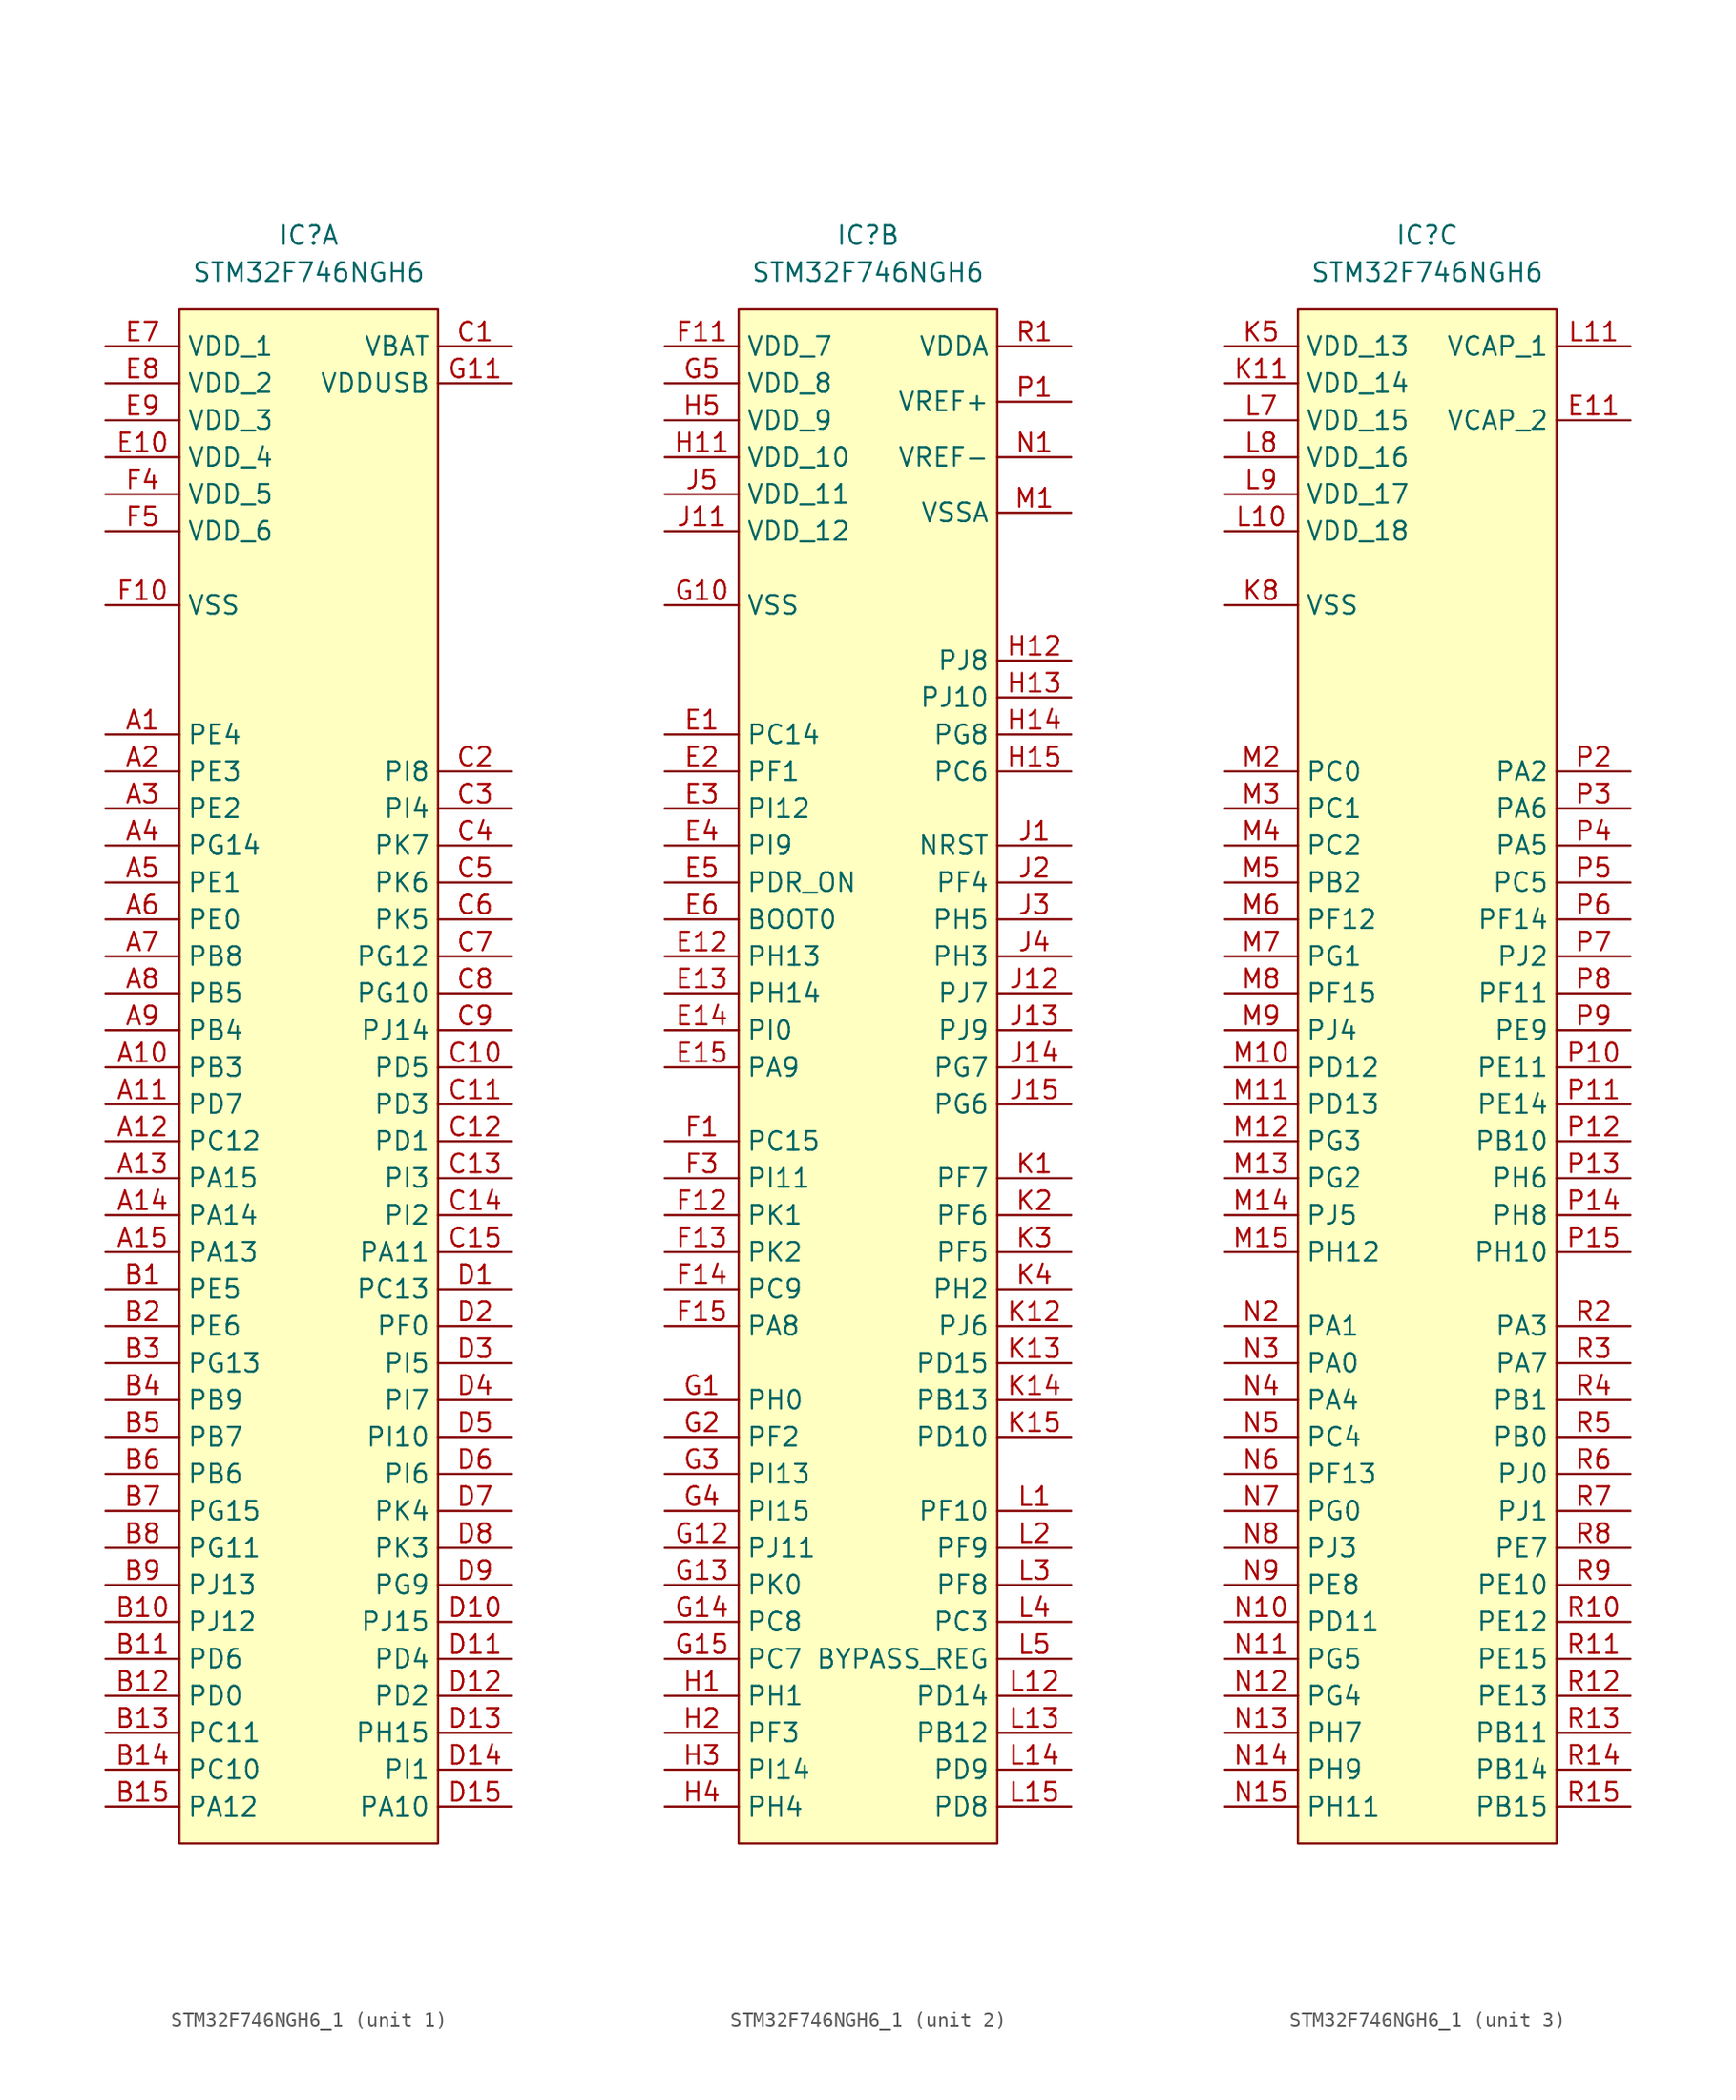
<source format=kicad_sym>
(kicad_symbol_lib
  (version 20241209)
  (generator "kicad_symbol_editor")
  (generator_version "9.0")
  (symbol "STM32F746NGH6_1"
    (property "Reference" "IC"
      (at 0 58.42 0)
      (effects (font (size 1.27 1.27))))
    (property "Value" "STM32F746NGH6"
      (at 0 55.88 0)
      (effects (font (size 1.27 1.27))))
    (symbol "STM32F746NGH6_1_1_1"
      (rectangle (start -8.89 53.34) (end 8.89 -52.07) (stroke (width 0) (type solid)) (fill (type color) (color 255 255 194 1)))
      (pin passive line (at -13.97 50.8 0) (length 5.08) (name "VDD_1" (effects (font (size 1.27 1.27)))) (number "E7" (effects (font (size 1.27 1.27)))))
      (pin passive line (at -13.97 48.26 0) (length 5.08) (name "VDD_2" (effects (font (size 1.27 1.27)))) (number "E8" (effects (font (size 1.27 1.27)))))
      (pin passive line (at -13.97 45.72 0) (length 5.08) (name "VDD_3" (effects (font (size 1.27 1.27)))) (number "E9" (effects (font (size 1.27 1.27)))))
      (pin passive line (at -13.97 43.18 0) (length 5.08) (name "VDD_4" (effects (font (size 1.27 1.27)))) (number "E10" (effects (font (size 1.27 1.27)))))
      (pin passive line (at -13.97 40.64 0) (length 5.08) (name "VDD_5" (effects (font (size 1.27 1.27)))) (number "F4" (effects (font (size 1.27 1.27)))))
      (pin passive line (at -13.97 38.1 0) (length 5.08) (name "VDD_6" (effects (font (size 1.27 1.27)))) (number "F5" (effects (font (size 1.27 1.27)))))
      (pin passive line (at -13.97 33.02 0) (length 5.08) (name "VSS" (effects (font (size 1.27 1.27)))) (number "F10" (effects (font (size 1.27 1.27)))))
      (pin passive line (at -13.97 33.02 0) (length 5.08) (hide yes) (name "VSS" (effects (font (size 1.27 1.27)))) (number "F2" (effects (font (size 1.27 1.27)))))
      (pin passive line (at -13.97 33.02 0) (length 5.08) (hide yes) (name "VSS" (effects (font (size 1.27 1.27)))) (number "F6" (effects (font (size 1.27 1.27)))))
      (pin passive line (at -13.97 33.02 0) (length 5.08) (hide yes) (name "VSS" (effects (font (size 1.27 1.27)))) (number "F7" (effects (font (size 1.27 1.27)))))
      (pin passive line (at -13.97 33.02 0) (length 5.08) (hide yes) (name "VSS" (effects (font (size 1.27 1.27)))) (number "F8" (effects (font (size 1.27 1.27)))))
      (pin passive line (at -13.97 33.02 0) (length 5.08) (hide yes) (name "VSS" (effects (font (size 1.27 1.27)))) (number "F9" (effects (font (size 1.27 1.27)))))
      (pin passive line (at -13.97 24.13 0) (length 5.08) (name "PE4" (effects (font (size 1.27 1.27)))) (number "A1" (effects (font (size 1.27 1.27)))))
      (pin passive line (at -13.97 21.59 0) (length 5.08) (name "PE3" (effects (font (size 1.27 1.27)))) (number "A2" (effects (font (size 1.27 1.27)))))
      (pin passive line (at -13.97 19.05 0) (length 5.08) (name "PE2" (effects (font (size 1.27 1.27)))) (number "A3" (effects (font (size 1.27 1.27)))))
      (pin passive line (at -13.97 16.51 0) (length 5.08) (name "PG14" (effects (font (size 1.27 1.27)))) (number "A4" (effects (font (size 1.27 1.27)))))
      (pin passive line (at -13.97 13.97 0) (length 5.08) (name "PE1" (effects (font (size 1.27 1.27)))) (number "A5" (effects (font (size 1.27 1.27)))))
      (pin passive line (at -13.97 11.43 0) (length 5.08) (name "PE0" (effects (font (size 1.27 1.27)))) (number "A6" (effects (font (size 1.27 1.27)))))
      (pin passive line (at -13.97 8.89 0) (length 5.08) (name "PB8" (effects (font (size 1.27 1.27)))) (number "A7" (effects (font (size 1.27 1.27)))))
      (pin passive line (at -13.97 6.35 0) (length 5.08) (name "PB5" (effects (font (size 1.27 1.27)))) (number "A8" (effects (font (size 1.27 1.27)))))
      (pin passive line (at -13.97 3.81 0) (length 5.08) (name "PB4" (effects (font (size 1.27 1.27)))) (number "A9" (effects (font (size 1.27 1.27)))))
      (pin passive line (at -13.97 1.27 0) (length 5.08) (name "PB3" (effects (font (size 1.27 1.27)))) (number "A10" (effects (font (size 1.27 1.27)))))
      (pin passive line (at -13.97 -1.27 0) (length 5.08) (name "PD7" (effects (font (size 1.27 1.27)))) (number "A11" (effects (font (size 1.27 1.27)))))
      (pin passive line (at -13.97 -3.81 0) (length 5.08) (name "PC12" (effects (font (size 1.27 1.27)))) (number "A12" (effects (font (size 1.27 1.27)))))
      (pin passive line (at -13.97 -6.35 0) (length 5.08) (name "PA15" (effects (font (size 1.27 1.27)))) (number "A13" (effects (font (size 1.27 1.27)))))
      (pin passive line (at -13.97 -8.89 0) (length 5.08) (name "PA14" (effects (font (size 1.27 1.27)))) (number "A14" (effects (font (size 1.27 1.27)))))
      (pin passive line (at -13.97 -11.43 0) (length 5.08) (name "PA13" (effects (font (size 1.27 1.27)))) (number "A15" (effects (font (size 1.27 1.27)))))
      (pin passive line (at -13.97 -13.97 0) (length 5.08) (name "PE5" (effects (font (size 1.27 1.27)))) (number "B1" (effects (font (size 1.27 1.27)))))
      (pin passive line (at -13.97 -16.51 0) (length 5.08) (name "PE6" (effects (font (size 1.27 1.27)))) (number "B2" (effects (font (size 1.27 1.27)))))
      (pin passive line (at -13.97 -19.05 0) (length 5.08) (name "PG13" (effects (font (size 1.27 1.27)))) (number "B3" (effects (font (size 1.27 1.27)))))
      (pin passive line (at -13.97 -21.59 0) (length 5.08) (name "PB9" (effects (font (size 1.27 1.27)))) (number "B4" (effects (font (size 1.27 1.27)))))
      (pin passive line (at -13.97 -24.13 0) (length 5.08) (name "PB7" (effects (font (size 1.27 1.27)))) (number "B5" (effects (font (size 1.27 1.27)))))
      (pin passive line (at -13.97 -26.67 0) (length 5.08) (name "PB6" (effects (font (size 1.27 1.27)))) (number "B6" (effects (font (size 1.27 1.27)))))
      (pin passive line (at -13.97 -29.21 0) (length 5.08) (name "PG15" (effects (font (size 1.27 1.27)))) (number "B7" (effects (font (size 1.27 1.27)))))
      (pin passive line (at -13.97 -31.75 0) (length 5.08) (name "PG11" (effects (font (size 1.27 1.27)))) (number "B8" (effects (font (size 1.27 1.27)))))
      (pin passive line (at -13.97 -34.29 0) (length 5.08) (name "PJ13" (effects (font (size 1.27 1.27)))) (number "B9" (effects (font (size 1.27 1.27)))))
      (pin passive line (at -13.97 -36.83 0) (length 5.08) (name "PJ12" (effects (font (size 1.27 1.27)))) (number "B10" (effects (font (size 1.27 1.27)))))
      (pin passive line (at -13.97 -39.37 0) (length 5.08) (name "PD6" (effects (font (size 1.27 1.27)))) (number "B11" (effects (font (size 1.27 1.27)))))
      (pin passive line (at -13.97 -41.91 0) (length 5.08) (name "PD0" (effects (font (size 1.27 1.27)))) (number "B12" (effects (font (size 1.27 1.27)))))
      (pin passive line (at -13.97 -44.45 0) (length 5.08) (name "PC11" (effects (font (size 1.27 1.27)))) (number "B13" (effects (font (size 1.27 1.27)))))
      (pin passive line (at -13.97 -46.99 0) (length 5.08) (name "PC10" (effects (font (size 1.27 1.27)))) (number "B14" (effects (font (size 1.27 1.27)))))
      (pin passive line (at -13.97 -49.53 0) (length 5.08) (name "PA12" (effects (font (size 1.27 1.27)))) (number "B15" (effects (font (size 1.27 1.27)))))
      (pin passive line (at 13.97 50.8 180) (length 5.08) (name "VBAT" (effects (font (size 1.27 1.27)))) (number "C1" (effects (font (size 1.27 1.27)))))
      (pin passive line (at 13.97 48.26 180) (length 5.08) (name "VDDUSB" (effects (font (size 1.27 1.27)))) (number "G11" (effects (font (size 1.27 1.27)))))
      (pin passive line (at 13.97 21.59 180) (length 5.08) (name "PI8" (effects (font (size 1.27 1.27)))) (number "C2" (effects (font (size 1.27 1.27)))))
      (pin passive line (at 13.97 19.05 180) (length 5.08) (name "PI4" (effects (font (size 1.27 1.27)))) (number "C3" (effects (font (size 1.27 1.27)))))
      (pin passive line (at 13.97 16.51 180) (length 5.08) (name "PK7" (effects (font (size 1.27 1.27)))) (number "C4" (effects (font (size 1.27 1.27)))))
      (pin passive line (at 13.97 13.97 180) (length 5.08) (name "PK6" (effects (font (size 1.27 1.27)))) (number "C5" (effects (font (size 1.27 1.27)))))
      (pin passive line (at 13.97 11.43 180) (length 5.08) (name "PK5" (effects (font (size 1.27 1.27)))) (number "C6" (effects (font (size 1.27 1.27)))))
      (pin passive line (at 13.97 8.89 180) (length 5.08) (name "PG12" (effects (font (size 1.27 1.27)))) (number "C7" (effects (font (size 1.27 1.27)))))
      (pin passive line (at 13.97 6.35 180) (length 5.08) (name "PG10" (effects (font (size 1.27 1.27)))) (number "C8" (effects (font (size 1.27 1.27)))))
      (pin passive line (at 13.97 3.81 180) (length 5.08) (name "PJ14" (effects (font (size 1.27 1.27)))) (number "C9" (effects (font (size 1.27 1.27)))))
      (pin passive line (at 13.97 1.27 180) (length 5.08) (name "PD5" (effects (font (size 1.27 1.27)))) (number "C10" (effects (font (size 1.27 1.27)))))
      (pin passive line (at 13.97 -1.27 180) (length 5.08) (name "PD3" (effects (font (size 1.27 1.27)))) (number "C11" (effects (font (size 1.27 1.27)))))
      (pin passive line (at 13.97 -3.81 180) (length 5.08) (name "PD1" (effects (font (size 1.27 1.27)))) (number "C12" (effects (font (size 1.27 1.27)))))
      (pin passive line (at 13.97 -6.35 180) (length 5.08) (name "PI3" (effects (font (size 1.27 1.27)))) (number "C13" (effects (font (size 1.27 1.27)))))
      (pin passive line (at 13.97 -8.89 180) (length 5.08) (name "PI2" (effects (font (size 1.27 1.27)))) (number "C14" (effects (font (size 1.27 1.27)))))
      (pin passive line (at 13.97 -11.43 180) (length 5.08) (name "PA11" (effects (font (size 1.27 1.27)))) (number "C15" (effects (font (size 1.27 1.27)))))
      (pin passive line (at 13.97 -13.97 180) (length 5.08) (name "PC13" (effects (font (size 1.27 1.27)))) (number "D1" (effects (font (size 1.27 1.27)))))
      (pin passive line (at 13.97 -16.51 180) (length 5.08) (name "PF0" (effects (font (size 1.27 1.27)))) (number "D2" (effects (font (size 1.27 1.27)))))
      (pin passive line (at 13.97 -19.05 180) (length 5.08) (name "PI5" (effects (font (size 1.27 1.27)))) (number "D3" (effects (font (size 1.27 1.27)))))
      (pin passive line (at 13.97 -21.59 180) (length 5.08) (name "PI7" (effects (font (size 1.27 1.27)))) (number "D4" (effects (font (size 1.27 1.27)))))
      (pin passive line (at 13.97 -24.13 180) (length 5.08) (name "PI10" (effects (font (size 1.27 1.27)))) (number "D5" (effects (font (size 1.27 1.27)))))
      (pin passive line (at 13.97 -26.67 180) (length 5.08) (name "PI6" (effects (font (size 1.27 1.27)))) (number "D6" (effects (font (size 1.27 1.27)))))
      (pin passive line (at 13.97 -29.21 180) (length 5.08) (name "PK4" (effects (font (size 1.27 1.27)))) (number "D7" (effects (font (size 1.27 1.27)))))
      (pin passive line (at 13.97 -31.75 180) (length 5.08) (name "PK3" (effects (font (size 1.27 1.27)))) (number "D8" (effects (font (size 1.27 1.27)))))
      (pin passive line (at 13.97 -34.29 180) (length 5.08) (name "PG9" (effects (font (size 1.27 1.27)))) (number "D9" (effects (font (size 1.27 1.27)))))
      (pin passive line (at 13.97 -36.83 180) (length 5.08) (name "PJ15" (effects (font (size 1.27 1.27)))) (number "D10" (effects (font (size 1.27 1.27)))))
      (pin passive line (at 13.97 -39.37 180) (length 5.08) (name "PD4" (effects (font (size 1.27 1.27)))) (number "D11" (effects (font (size 1.27 1.27)))))
      (pin passive line (at 13.97 -41.91 180) (length 5.08) (name "PD2" (effects (font (size 1.27 1.27)))) (number "D12" (effects (font (size 1.27 1.27)))))
      (pin passive line (at 13.97 -44.45 180) (length 5.08) (name "PH15" (effects (font (size 1.27 1.27)))) (number "D13" (effects (font (size 1.27 1.27)))))
      (pin passive line (at 13.97 -46.99 180) (length 5.08) (name "PI1" (effects (font (size 1.27 1.27)))) (number "D14" (effects (font (size 1.27 1.27)))))
      (pin passive line (at 13.97 -49.53 180) (length 5.08) (name "PA10" (effects (font (size 1.27 1.27)))) (number "D15" (effects (font (size 1.27 1.27))))))
    (symbol "STM32F746NGH6_1_2_1"
      (rectangle (start -8.89 53.34) (end 8.89 -52.07) (stroke (width 0) (type solid)) (fill (type color) (color 255 255 194 1)))
      (pin passive line (at -13.97 50.8 0) (length 5.08) (name "VDD_7" (effects (font (size 1.27 1.27)))) (number "F11" (effects (font (size 1.27 1.27)))))
      (pin passive line (at -13.97 48.26 0) (length 5.08) (name "VDD_8" (effects (font (size 1.27 1.27)))) (number "G5" (effects (font (size 1.27 1.27)))))
      (pin passive line (at -13.97 45.72 0) (length 5.08) (name "VDD_9" (effects (font (size 1.27 1.27)))) (number "H5" (effects (font (size 1.27 1.27)))))
      (pin passive line (at -13.97 43.18 0) (length 5.08) (name "VDD_10" (effects (font (size 1.27 1.27)))) (number "H11" (effects (font (size 1.27 1.27)))))
      (pin passive line (at -13.97 40.64 0) (length 5.08) (name "VDD_11" (effects (font (size 1.27 1.27)))) (number "J5" (effects (font (size 1.27 1.27)))))
      (pin passive line (at -13.97 38.1 0) (length 5.08) (name "VDD_12" (effects (font (size 1.27 1.27)))) (number "J11" (effects (font (size 1.27 1.27)))))
      (pin passive line (at -13.97 33.02 0) (length 5.08) (name "VSS" (effects (font (size 1.27 1.27)))) (number "G10" (effects (font (size 1.27 1.27)))))
      (pin passive line (at -13.97 33.02 0) (length 5.08) (hide yes) (name "VSS" (effects (font (size 1.27 1.27)))) (number "G6" (effects (font (size 1.27 1.27)))))
      (pin passive line (at -13.97 33.02 0) (length 5.08) (hide yes) (name "VSS" (effects (font (size 1.27 1.27)))) (number "H10" (effects (font (size 1.27 1.27)))))
      (pin passive line (at -13.97 33.02 0) (length 5.08) (hide yes) (name "VSS" (effects (font (size 1.27 1.27)))) (number "H6" (effects (font (size 1.27 1.27)))))
      (pin passive line (at -13.97 33.02 0) (length 5.08) (hide yes) (name "VSS" (effects (font (size 1.27 1.27)))) (number "J10" (effects (font (size 1.27 1.27)))))
      (pin passive line (at -13.97 33.02 0) (length 5.08) (hide yes) (name "VSS" (effects (font (size 1.27 1.27)))) (number "J6" (effects (font (size 1.27 1.27)))))
      (pin passive line (at -13.97 24.13 0) (length 5.08) (name "PC14" (effects (font (size 1.27 1.27)))) (number "E1" (effects (font (size 1.27 1.27)))))
      (pin passive line (at -13.97 21.59 0) (length 5.08) (name "PF1" (effects (font (size 1.27 1.27)))) (number "E2" (effects (font (size 1.27 1.27)))))
      (pin passive line (at -13.97 19.05 0) (length 5.08) (name "PI12" (effects (font (size 1.27 1.27)))) (number "E3" (effects (font (size 1.27 1.27)))))
      (pin passive line (at -13.97 16.51 0) (length 5.08) (name "PI9" (effects (font (size 1.27 1.27)))) (number "E4" (effects (font (size 1.27 1.27)))))
      (pin passive line (at -13.97 13.97 0) (length 5.08) (name "PDR_ON" (effects (font (size 1.27 1.27)))) (number "E5" (effects (font (size 1.27 1.27)))))
      (pin passive line (at -13.97 11.43 0) (length 5.08) (name "BOOT0" (effects (font (size 1.27 1.27)))) (number "E6" (effects (font (size 1.27 1.27)))))
      (pin passive line (at -13.97 8.89 0) (length 5.08) (name "PH13" (effects (font (size 1.27 1.27)))) (number "E12" (effects (font (size 1.27 1.27)))))
      (pin passive line (at -13.97 6.35 0) (length 5.08) (name "PH14" (effects (font (size 1.27 1.27)))) (number "E13" (effects (font (size 1.27 1.27)))))
      (pin passive line (at -13.97 3.81 0) (length 5.08) (name "PI0" (effects (font (size 1.27 1.27)))) (number "E14" (effects (font (size 1.27 1.27)))))
      (pin passive line (at -13.97 1.27 0) (length 5.08) (name "PA9" (effects (font (size 1.27 1.27)))) (number "E15" (effects (font (size 1.27 1.27)))))
      (pin passive line (at -13.97 -3.81 0) (length 5.08) (name "PC15" (effects (font (size 1.27 1.27)))) (number "F1" (effects (font (size 1.27 1.27)))))
      (pin passive line (at -13.97 -6.35 0) (length 5.08) (name "PI11" (effects (font (size 1.27 1.27)))) (number "F3" (effects (font (size 1.27 1.27)))))
      (pin passive line (at -13.97 -8.89 0) (length 5.08) (name "PK1" (effects (font (size 1.27 1.27)))) (number "F12" (effects (font (size 1.27 1.27)))))
      (pin passive line (at -13.97 -11.43 0) (length 5.08) (name "PK2" (effects (font (size 1.27 1.27)))) (number "F13" (effects (font (size 1.27 1.27)))))
      (pin passive line (at -13.97 -13.97 0) (length 5.08) (name "PC9" (effects (font (size 1.27 1.27)))) (number "F14" (effects (font (size 1.27 1.27)))))
      (pin passive line (at -13.97 -16.51 0) (length 5.08) (name "PA8" (effects (font (size 1.27 1.27)))) (number "F15" (effects (font (size 1.27 1.27)))))
      (pin passive line (at -13.97 -21.59 0) (length 5.08) (name "PH0" (effects (font (size 1.27 1.27)))) (number "G1" (effects (font (size 1.27 1.27)))))
      (pin passive line (at -13.97 -24.13 0) (length 5.08) (name "PF2" (effects (font (size 1.27 1.27)))) (number "G2" (effects (font (size 1.27 1.27)))))
      (pin passive line (at -13.97 -26.67 0) (length 5.08) (name "PI13" (effects (font (size 1.27 1.27)))) (number "G3" (effects (font (size 1.27 1.27)))))
      (pin passive line (at -13.97 -29.21 0) (length 5.08) (name "PI15" (effects (font (size 1.27 1.27)))) (number "G4" (effects (font (size 1.27 1.27)))))
      (pin passive line (at -13.97 -31.75 0) (length 5.08) (name "PJ11" (effects (font (size 1.27 1.27)))) (number "G12" (effects (font (size 1.27 1.27)))))
      (pin passive line (at -13.97 -34.29 0) (length 5.08) (name "PK0" (effects (font (size 1.27 1.27)))) (number "G13" (effects (font (size 1.27 1.27)))))
      (pin passive line (at -13.97 -36.83 0) (length 5.08) (name "PC8" (effects (font (size 1.27 1.27)))) (number "G14" (effects (font (size 1.27 1.27)))))
      (pin passive line (at -13.97 -39.37 0) (length 5.08) (name "PC7" (effects (font (size 1.27 1.27)))) (number "G15" (effects (font (size 1.27 1.27)))))
      (pin passive line (at -13.97 -41.91 0) (length 5.08) (name "PH1" (effects (font (size 1.27 1.27)))) (number "H1" (effects (font (size 1.27 1.27)))))
      (pin passive line (at -13.97 -44.45 0) (length 5.08) (name "PF3" (effects (font (size 1.27 1.27)))) (number "H2" (effects (font (size 1.27 1.27)))))
      (pin passive line (at -13.97 -46.99 0) (length 5.08) (name "PI14" (effects (font (size 1.27 1.27)))) (number "H3" (effects (font (size 1.27 1.27)))))
      (pin passive line (at -13.97 -49.53 0) (length 5.08) (name "PH4" (effects (font (size 1.27 1.27)))) (number "H4" (effects (font (size 1.27 1.27)))))
      (pin passive line (at 13.97 50.8 180) (length 5.08) (name "VDDA" (effects (font (size 1.27 1.27)))) (number "R1" (effects (font (size 1.27 1.27)))))
      (pin passive line (at 13.97 46.99 180) (length 5.08) (name "VREF+" (effects (font (size 1.27 1.27)))) (number "P1" (effects (font (size 1.27 1.27)))))
      (pin passive line (at 13.97 43.18 180) (length 5.08) (name "VREF-" (effects (font (size 1.27 1.27)))) (number "N1" (effects (font (size 1.27 1.27)))))
      (pin passive line (at 13.97 39.37 180) (length 5.08) (name "VSSA" (effects (font (size 1.27 1.27)))) (number "M1" (effects (font (size 1.27 1.27)))))
      (pin passive line (at 13.97 29.21 180) (length 5.08) (name "PJ8" (effects (font (size 1.27 1.27)))) (number "H12" (effects (font (size 1.27 1.27)))))
      (pin passive line (at 13.97 26.67 180) (length 5.08) (name "PJ10" (effects (font (size 1.27 1.27)))) (number "H13" (effects (font (size 1.27 1.27)))))
      (pin passive line (at 13.97 24.13 180) (length 5.08) (name "PG8" (effects (font (size 1.27 1.27)))) (number "H14" (effects (font (size 1.27 1.27)))))
      (pin passive line (at 13.97 21.59 180) (length 5.08) (name "PC6" (effects (font (size 1.27 1.27)))) (number "H15" (effects (font (size 1.27 1.27)))))
      (pin passive line (at 13.97 16.51 180) (length 5.08) (name "NRST" (effects (font (size 1.27 1.27)))) (number "J1" (effects (font (size 1.27 1.27)))))
      (pin passive line (at 13.97 13.97 180) (length 5.08) (name "PF4" (effects (font (size 1.27 1.27)))) (number "J2" (effects (font (size 1.27 1.27)))))
      (pin passive line (at 13.97 11.43 180) (length 5.08) (name "PH5" (effects (font (size 1.27 1.27)))) (number "J3" (effects (font (size 1.27 1.27)))))
      (pin passive line (at 13.97 8.89 180) (length 5.08) (name "PH3" (effects (font (size 1.27 1.27)))) (number "J4" (effects (font (size 1.27 1.27)))))
      (pin passive line (at 13.97 6.35 180) (length 5.08) (name "PJ7" (effects (font (size 1.27 1.27)))) (number "J12" (effects (font (size 1.27 1.27)))))
      (pin passive line (at 13.97 3.81 180) (length 5.08) (name "PJ9" (effects (font (size 1.27 1.27)))) (number "J13" (effects (font (size 1.27 1.27)))))
      (pin passive line (at 13.97 1.27 180) (length 5.08) (name "PG7" (effects (font (size 1.27 1.27)))) (number "J14" (effects (font (size 1.27 1.27)))))
      (pin passive line (at 13.97 -1.27 180) (length 5.08) (name "PG6" (effects (font (size 1.27 1.27)))) (number "J15" (effects (font (size 1.27 1.27)))))
      (pin passive line (at 13.97 -6.35 180) (length 5.08) (name "PF7" (effects (font (size 1.27 1.27)))) (number "K1" (effects (font (size 1.27 1.27)))))
      (pin passive line (at 13.97 -8.89 180) (length 5.08) (name "PF6" (effects (font (size 1.27 1.27)))) (number "K2" (effects (font (size 1.27 1.27)))))
      (pin passive line (at 13.97 -11.43 180) (length 5.08) (name "PF5" (effects (font (size 1.27 1.27)))) (number "K3" (effects (font (size 1.27 1.27)))))
      (pin passive line (at 13.97 -13.97 180) (length 5.08) (name "PH2" (effects (font (size 1.27 1.27)))) (number "K4" (effects (font (size 1.27 1.27)))))
      (pin passive line (at 13.97 -16.51 180) (length 5.08) (name "PJ6" (effects (font (size 1.27 1.27)))) (number "K12" (effects (font (size 1.27 1.27)))))
      (pin passive line (at 13.97 -19.05 180) (length 5.08) (name "PD15" (effects (font (size 1.27 1.27)))) (number "K13" (effects (font (size 1.27 1.27)))))
      (pin passive line (at 13.97 -21.59 180) (length 5.08) (name "PB13" (effects (font (size 1.27 1.27)))) (number "K14" (effects (font (size 1.27 1.27)))))
      (pin passive line (at 13.97 -24.13 180) (length 5.08) (name "PD10" (effects (font (size 1.27 1.27)))) (number "K15" (effects (font (size 1.27 1.27)))))
      (pin passive line (at 13.97 -29.21 180) (length 5.08) (name "PF10" (effects (font (size 1.27 1.27)))) (number "L1" (effects (font (size 1.27 1.27)))))
      (pin passive line (at 13.97 -31.75 180) (length 5.08) (name "PF9" (effects (font (size 1.27 1.27)))) (number "L2" (effects (font (size 1.27 1.27)))))
      (pin passive line (at 13.97 -34.29 180) (length 5.08) (name "PF8" (effects (font (size 1.27 1.27)))) (number "L3" (effects (font (size 1.27 1.27)))))
      (pin passive line (at 13.97 -36.83 180) (length 5.08) (name "PC3" (effects (font (size 1.27 1.27)))) (number "L4" (effects (font (size 1.27 1.27)))))
      (pin passive line (at 13.97 -39.37 180) (length 5.08) (name "BYPASS_REG" (effects (font (size 1.27 1.27)))) (number "L5" (effects (font (size 1.27 1.27)))))
      (pin passive line (at 13.97 -41.91 180) (length 5.08) (name "PD14" (effects (font (size 1.27 1.27)))) (number "L12" (effects (font (size 1.27 1.27)))))
      (pin passive line (at 13.97 -44.45 180) (length 5.08) (name "PB12" (effects (font (size 1.27 1.27)))) (number "L13" (effects (font (size 1.27 1.27)))))
      (pin passive line (at 13.97 -46.99 180) (length 5.08) (name "PD9" (effects (font (size 1.27 1.27)))) (number "L14" (effects (font (size 1.27 1.27)))))
      (pin passive line (at 13.97 -49.53 180) (length 5.08) (name "PD8" (effects (font (size 1.27 1.27)))) (number "L15" (effects (font (size 1.27 1.27))))))
    (symbol "STM32F746NGH6_1_3_0"
      (pin passive line (at -13.97 33.02 0) (length 5.08) (name "VSS" (effects (font (size 1.27 1.27)))) (number "K8" (effects (font (size 1.27 1.27))))))
    (symbol "STM32F746NGH6_1_3_1"
      (rectangle (start -8.89 53.34) (end 8.89 -52.07) (stroke (width 0) (type solid)) (fill (type color) (color 255 255 194 1)))
      (pin passive line (at -13.97 50.8 0) (length 5.08) (name "VDD_13" (effects (font (size 1.27 1.27)))) (number "K5" (effects (font (size 1.27 1.27)))))
      (pin passive line (at -13.97 48.26 0) (length 5.08) (name "VDD_14" (effects (font (size 1.27 1.27)))) (number "K11" (effects (font (size 1.27 1.27)))))
      (pin passive line (at -13.97 45.72 0) (length 5.08) (name "VDD_15" (effects (font (size 1.27 1.27)))) (number "L7" (effects (font (size 1.27 1.27)))))
      (pin passive line (at -13.97 43.18 0) (length 5.08) (name "VDD_16" (effects (font (size 1.27 1.27)))) (number "L8" (effects (font (size 1.27 1.27)))))
      (pin passive line (at -13.97 40.64 0) (length 5.08) (name "VDD_17" (effects (font (size 1.27 1.27)))) (number "L9" (effects (font (size 1.27 1.27)))))
      (pin passive line (at -13.97 38.1 0) (length 5.08) (name "VDD_18" (effects (font (size 1.27 1.27)))) (number "L10" (effects (font (size 1.27 1.27)))))
      (pin passive line (at -13.97 33.02 0) (length 5.08) (hide yes) (name "VSS" (effects (font (size 1.27 1.27)))) (number "K10" (effects (font (size 1.27 1.27)))))
      (pin passive line (at -13.97 33.02 0) (length 5.08) (hide yes) (name "VSS" (effects (font (size 1.27 1.27)))) (number "K6" (effects (font (size 1.27 1.27)))))
      (pin passive line (at -13.97 33.02 0) (length 5.08) (hide yes) (name "VSS" (effects (font (size 1.27 1.27)))) (number "K7" (effects (font (size 1.27 1.27)))))
      (pin passive line (at -13.97 33.02 0) (length 5.08) (hide yes) (name "VSS" (effects (font (size 1.27 1.27)))) (number "K9" (effects (font (size 1.27 1.27)))))
      (pin passive line (at -13.97 33.02 0) (length 5.08) (hide yes) (name "VSS" (effects (font (size 1.27 1.27)))) (number "L6" (effects (font (size 1.27 1.27)))))
      (pin passive line (at -13.97 21.59 0) (length 5.08) (name "PC0" (effects (font (size 1.27 1.27)))) (number "M2" (effects (font (size 1.27 1.27)))))
      (pin passive line (at -13.97 19.05 0) (length 5.08) (name "PC1" (effects (font (size 1.27 1.27)))) (number "M3" (effects (font (size 1.27 1.27)))))
      (pin passive line (at -13.97 16.51 0) (length 5.08) (name "PC2" (effects (font (size 1.27 1.27)))) (number "M4" (effects (font (size 1.27 1.27)))))
      (pin passive line (at -13.97 13.97 0) (length 5.08) (name "PB2" (effects (font (size 1.27 1.27)))) (number "M5" (effects (font (size 1.27 1.27)))))
      (pin passive line (at -13.97 11.43 0) (length 5.08) (name "PF12" (effects (font (size 1.27 1.27)))) (number "M6" (effects (font (size 1.27 1.27)))))
      (pin passive line (at -13.97 8.89 0) (length 5.08) (name "PG1" (effects (font (size 1.27 1.27)))) (number "M7" (effects (font (size 1.27 1.27)))))
      (pin passive line (at -13.97 6.35 0) (length 5.08) (name "PF15" (effects (font (size 1.27 1.27)))) (number "M8" (effects (font (size 1.27 1.27)))))
      (pin passive line (at -13.97 3.81 0) (length 5.08) (name "PJ4" (effects (font (size 1.27 1.27)))) (number "M9" (effects (font (size 1.27 1.27)))))
      (pin passive line (at -13.97 1.27 0) (length 5.08) (name "PD12" (effects (font (size 1.27 1.27)))) (number "M10" (effects (font (size 1.27 1.27)))))
      (pin passive line (at -13.97 -1.27 0) (length 5.08) (name "PD13" (effects (font (size 1.27 1.27)))) (number "M11" (effects (font (size 1.27 1.27)))))
      (pin passive line (at -13.97 -3.81 0) (length 5.08) (name "PG3" (effects (font (size 1.27 1.27)))) (number "M12" (effects (font (size 1.27 1.27)))))
      (pin passive line (at -13.97 -6.35 0) (length 5.08) (name "PG2" (effects (font (size 1.27 1.27)))) (number "M13" (effects (font (size 1.27 1.27)))))
      (pin passive line (at -13.97 -8.89 0) (length 5.08) (name "PJ5" (effects (font (size 1.27 1.27)))) (number "M14" (effects (font (size 1.27 1.27)))))
      (pin passive line (at -13.97 -11.43 0) (length 5.08) (name "PH12" (effects (font (size 1.27 1.27)))) (number "M15" (effects (font (size 1.27 1.27)))))
      (pin passive line (at -13.97 -16.51 0) (length 5.08) (name "PA1" (effects (font (size 1.27 1.27)))) (number "N2" (effects (font (size 1.27 1.27)))))
      (pin passive line (at -13.97 -19.05 0) (length 5.08) (name "PA0" (effects (font (size 1.27 1.27)))) (number "N3" (effects (font (size 1.27 1.27)))))
      (pin passive line (at -13.97 -21.59 0) (length 5.08) (name "PA4" (effects (font (size 1.27 1.27)))) (number "N4" (effects (font (size 1.27 1.27)))))
      (pin passive line (at -13.97 -24.13 0) (length 5.08) (name "PC4" (effects (font (size 1.27 1.27)))) (number "N5" (effects (font (size 1.27 1.27)))))
      (pin passive line (at -13.97 -26.67 0) (length 5.08) (name "PF13" (effects (font (size 1.27 1.27)))) (number "N6" (effects (font (size 1.27 1.27)))))
      (pin passive line (at -13.97 -29.21 0) (length 5.08) (name "PG0" (effects (font (size 1.27 1.27)))) (number "N7" (effects (font (size 1.27 1.27)))))
      (pin passive line (at -13.97 -31.75 0) (length 5.08) (name "PJ3" (effects (font (size 1.27 1.27)))) (number "N8" (effects (font (size 1.27 1.27)))))
      (pin passive line (at -13.97 -34.29 0) (length 5.08) (name "PE8" (effects (font (size 1.27 1.27)))) (number "N9" (effects (font (size 1.27 1.27)))))
      (pin passive line (at -13.97 -36.83 0) (length 5.08) (name "PD11" (effects (font (size 1.27 1.27)))) (number "N10" (effects (font (size 1.27 1.27)))))
      (pin passive line (at -13.97 -39.37 0) (length 5.08) (name "PG5" (effects (font (size 1.27 1.27)))) (number "N11" (effects (font (size 1.27 1.27)))))
      (pin passive line (at -13.97 -41.91 0) (length 5.08) (name "PG4" (effects (font (size 1.27 1.27)))) (number "N12" (effects (font (size 1.27 1.27)))))
      (pin passive line (at -13.97 -44.45 0) (length 5.08) (name "PH7" (effects (font (size 1.27 1.27)))) (number "N13" (effects (font (size 1.27 1.27)))))
      (pin passive line (at -13.97 -46.99 0) (length 5.08) (name "PH9" (effects (font (size 1.27 1.27)))) (number "N14" (effects (font (size 1.27 1.27)))))
      (pin passive line (at -13.97 -49.53 0) (length 5.08) (name "PH11" (effects (font (size 1.27 1.27)))) (number "N15" (effects (font (size 1.27 1.27)))))
      (pin passive line (at 13.97 50.8 180) (length 5.08) (name "VCAP_1" (effects (font (size 1.27 1.27)))) (number "L11" (effects (font (size 1.27 1.27)))))
      (pin passive line (at 13.97 45.72 180) (length 5.08) (name "VCAP_2" (effects (font (size 1.27 1.27)))) (number "E11" (effects (font (size 1.27 1.27)))))
      (pin passive line (at 13.97 21.59 180) (length 5.08) (name "PA2" (effects (font (size 1.27 1.27)))) (number "P2" (effects (font (size 1.27 1.27)))))
      (pin passive line (at 13.97 19.05 180) (length 5.08) (name "PA6" (effects (font (size 1.27 1.27)))) (number "P3" (effects (font (size 1.27 1.27)))))
      (pin passive line (at 13.97 16.51 180) (length 5.08) (name "PA5" (effects (font (size 1.27 1.27)))) (number "P4" (effects (font (size 1.27 1.27)))))
      (pin passive line (at 13.97 13.97 180) (length 5.08) (name "PC5" (effects (font (size 1.27 1.27)))) (number "P5" (effects (font (size 1.27 1.27)))))
      (pin passive line (at 13.97 11.43 180) (length 5.08) (name "PF14" (effects (font (size 1.27 1.27)))) (number "P6" (effects (font (size 1.27 1.27)))))
      (pin passive line (at 13.97 8.89 180) (length 5.08) (name "PJ2" (effects (font (size 1.27 1.27)))) (number "P7" (effects (font (size 1.27 1.27)))))
      (pin passive line (at 13.97 6.35 180) (length 5.08) (name "PF11" (effects (font (size 1.27 1.27)))) (number "P8" (effects (font (size 1.27 1.27)))))
      (pin passive line (at 13.97 3.81 180) (length 5.08) (name "PE9" (effects (font (size 1.27 1.27)))) (number "P9" (effects (font (size 1.27 1.27)))))
      (pin passive line (at 13.97 1.27 180) (length 5.08) (name "PE11" (effects (font (size 1.27 1.27)))) (number "P10" (effects (font (size 1.27 1.27)))))
      (pin passive line (at 13.97 -1.27 180) (length 5.08) (name "PE14" (effects (font (size 1.27 1.27)))) (number "P11" (effects (font (size 1.27 1.27)))))
      (pin passive line (at 13.97 -3.81 180) (length 5.08) (name "PB10" (effects (font (size 1.27 1.27)))) (number "P12" (effects (font (size 1.27 1.27)))))
      (pin passive line (at 13.97 -6.35 180) (length 5.08) (name "PH6" (effects (font (size 1.27 1.27)))) (number "P13" (effects (font (size 1.27 1.27)))))
      (pin passive line (at 13.97 -8.89 180) (length 5.08) (name "PH8" (effects (font (size 1.27 1.27)))) (number "P14" (effects (font (size 1.27 1.27)))))
      (pin passive line (at 13.97 -11.43 180) (length 5.08) (name "PH10" (effects (font (size 1.27 1.27)))) (number "P15" (effects (font (size 1.27 1.27)))))
      (pin passive line (at 13.97 -16.51 180) (length 5.08) (name "PA3" (effects (font (size 1.27 1.27)))) (number "R2" (effects (font (size 1.27 1.27)))))
      (pin passive line (at 13.97 -19.05 180) (length 5.08) (name "PA7" (effects (font (size 1.27 1.27)))) (number "R3" (effects (font (size 1.27 1.27)))))
      (pin passive line (at 13.97 -21.59 180) (length 5.08) (name "PB1" (effects (font (size 1.27 1.27)))) (number "R4" (effects (font (size 1.27 1.27)))))
      (pin passive line (at 13.97 -24.13 180) (length 5.08) (name "PB0" (effects (font (size 1.27 1.27)))) (number "R5" (effects (font (size 1.27 1.27)))))
      (pin passive line (at 13.97 -26.67 180) (length 5.08) (name "PJ0" (effects (font (size 1.27 1.27)))) (number "R6" (effects (font (size 1.27 1.27)))))
      (pin passive line (at 13.97 -29.21 180) (length 5.08) (name "PJ1" (effects (font (size 1.27 1.27)))) (number "R7" (effects (font (size 1.27 1.27)))))
      (pin passive line (at 13.97 -31.75 180) (length 5.08) (name "PE7" (effects (font (size 1.27 1.27)))) (number "R8" (effects (font (size 1.27 1.27)))))
      (pin passive line (at 13.97 -34.29 180) (length 5.08) (name "PE10" (effects (font (size 1.27 1.27)))) (number "R9" (effects (font (size 1.27 1.27)))))
      (pin passive line (at 13.97 -36.83 180) (length 5.08) (name "PE12" (effects (font (size 1.27 1.27)))) (number "R10" (effects (font (size 1.27 1.27)))))
      (pin passive line (at 13.97 -39.37 180) (length 5.08) (name "PE15" (effects (font (size 1.27 1.27)))) (number "R11" (effects (font (size 1.27 1.27)))))
      (pin passive line (at 13.97 -41.91 180) (length 5.08) (name "PE13" (effects (font (size 1.27 1.27)))) (number "R12" (effects (font (size 1.27 1.27)))))
      (pin passive line (at 13.97 -44.45 180) (length 5.08) (name "PB11" (effects (font (size 1.27 1.27)))) (number "R13" (effects (font (size 1.27 1.27)))))
      (pin passive line (at 13.97 -46.99 180) (length 5.08) (name "PB14" (effects (font (size 1.27 1.27)))) (number "R14" (effects (font (size 1.27 1.27)))))
      (pin passive line (at 13.97 -49.53 180) (length 5.08) (name "PB15" (effects (font (size 1.27 1.27)))) (number "R15" (effects (font (size 1.27 1.27))))))))
</source>
